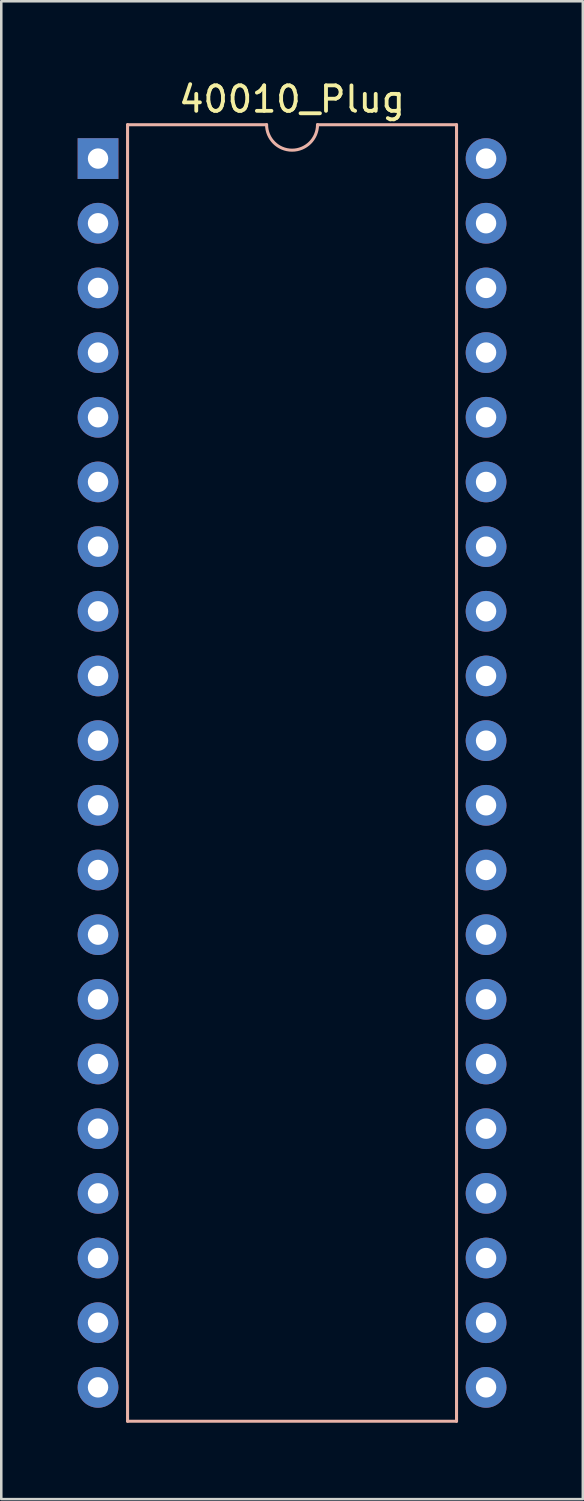
<source format=kicad_pcb>
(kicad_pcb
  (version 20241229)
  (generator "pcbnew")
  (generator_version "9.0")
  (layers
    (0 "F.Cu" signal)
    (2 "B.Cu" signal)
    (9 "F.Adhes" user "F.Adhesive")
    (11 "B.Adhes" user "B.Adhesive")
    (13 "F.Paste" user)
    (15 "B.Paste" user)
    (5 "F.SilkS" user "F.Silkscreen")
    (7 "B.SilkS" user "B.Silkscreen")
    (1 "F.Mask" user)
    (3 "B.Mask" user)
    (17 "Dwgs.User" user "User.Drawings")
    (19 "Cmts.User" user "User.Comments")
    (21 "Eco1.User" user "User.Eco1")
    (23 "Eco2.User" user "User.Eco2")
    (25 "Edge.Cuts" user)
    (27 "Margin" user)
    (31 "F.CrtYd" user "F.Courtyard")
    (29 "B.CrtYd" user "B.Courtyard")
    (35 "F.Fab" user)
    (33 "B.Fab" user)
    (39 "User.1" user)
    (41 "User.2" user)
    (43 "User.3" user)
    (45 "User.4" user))
  (footprint "40010_Plug"
    (layer "F.Cu")
    (at 0.8 3.178)
    (property "Reference" "40010_Plug" (at 7.62 -2.33 0) (layer "F.SilkS") (effects (font (size 1 1) (thickness 0.15))))
    (attr through_hole)
    (fp_line (start 1.16 -1.33) (end 1.16 49.59) (stroke (width 0.12) (type solid)) (layer "B.SilkS"))
    (fp_line (start 1.16 49.59) (end 14.08 49.59) (stroke (width 0.12) (type solid)) (layer "B.SilkS"))
    (fp_line (start 6.62 -1.33) (end 1.16 -1.33) (stroke (width 0.12) (type solid)) (layer "B.SilkS"))
    (fp_line (start 14.08 -1.33) (end 8.62 -1.33) (stroke (width 0.12) (type solid)) (layer "B.SilkS"))
    (fp_line (start 14.08 49.59) (end 14.08 -1.33) (stroke (width 0.12) (type solid)) (layer "B.SilkS"))
    (fp_arc (start 8.62 -1.33) (mid 7.62 -0.33) (end 6.62 -1.33) (stroke (width 0.12) (type solid)) (layer "B.SilkS"))
    (pad "1" thru_hole rect (at 0 0) (size 1.6 1.6) (drill 0.8) (layers "*.Cu" "*.Mask"))
    (pad "2" thru_hole oval (at 0 2.54) (size 1.6 1.6) (drill 0.8) (layers "*.Cu" "*.Mask"))
    (pad "3" thru_hole oval (at 0 5.08) (size 1.6 1.6) (drill 0.8) (layers "*.Cu" "*.Mask"))
    (pad "4" thru_hole oval (at 0 7.62) (size 1.6 1.6) (drill 0.8) (layers "*.Cu" "*.Mask"))
    (pad "5" thru_hole oval (at 0 10.16) (size 1.6 1.6) (drill 0.8) (layers "*.Cu" "*.Mask"))
    (pad "6" thru_hole oval (at 0 12.7) (size 1.6 1.6) (drill 0.8) (layers "*.Cu" "*.Mask"))
    (pad "7" thru_hole oval (at 0 15.24) (size 1.6 1.6) (drill 0.8) (layers "*.Cu" "*.Mask"))
    (pad "8" thru_hole oval (at 0 17.78) (size 1.6 1.6) (drill 0.8) (layers "*.Cu" "*.Mask"))
    (pad "9" thru_hole oval (at 0 20.32) (size 1.6 1.6) (drill 0.8) (layers "*.Cu" "*.Mask"))
    (pad "10" thru_hole oval (at 0 22.86) (size 1.6 1.6) (drill 0.8) (layers "*.Cu" "*.Mask"))
    (pad "11" thru_hole oval (at 0 25.4) (size 1.6 1.6) (drill 0.8) (layers "*.Cu" "*.Mask"))
    (pad "12" thru_hole oval (at 0 27.94) (size 1.6 1.6) (drill 0.8) (layers "*.Cu" "*.Mask"))
    (pad "13" thru_hole oval (at 0 30.48) (size 1.6 1.6) (drill 0.8) (layers "*.Cu" "*.Mask"))
    (pad "14" thru_hole oval (at 0 33.02) (size 1.6 1.6) (drill 0.8) (layers "*.Cu" "*.Mask"))
    (pad "15" thru_hole oval (at 0 35.56) (size 1.6 1.6) (drill 0.8) (layers "*.Cu" "*.Mask"))
    (pad "16" thru_hole oval (at 0 38.1) (size 1.6 1.6) (drill 0.8) (layers "*.Cu" "*.Mask"))
    (pad "17" thru_hole oval (at 0 40.64) (size 1.6 1.6) (drill 0.8) (layers "*.Cu" "*.Mask"))
    (pad "18" thru_hole oval (at 0 43.18) (size 1.6 1.6) (drill 0.8) (layers "*.Cu" "*.Mask"))
    (pad "19" thru_hole oval (at 0 45.72) (size 1.6 1.6) (drill 0.8) (layers "*.Cu" "*.Mask"))
    (pad "20" thru_hole oval (at 0 48.26) (size 1.6 1.6) (drill 0.8) (layers "*.Cu" "*.Mask"))
    (pad "21" thru_hole oval (at 15.24 48.26) (size 1.6 1.6) (drill 0.8) (layers "*.Cu" "*.Mask"))
    (pad "22" thru_hole oval (at 15.24 45.72) (size 1.6 1.6) (drill 0.8) (layers "*.Cu" "*.Mask"))
    (pad "23" thru_hole oval (at 15.24 43.18) (size 1.6 1.6) (drill 0.8) (layers "*.Cu" "*.Mask"))
    (pad "24" thru_hole oval (at 15.24 40.64) (size 1.6 1.6) (drill 0.8) (layers "*.Cu" "*.Mask"))
    (pad "25" thru_hole oval (at 15.24 38.1) (size 1.6 1.6) (drill 0.8) (layers "*.Cu" "*.Mask"))
    (pad "26" thru_hole oval (at 15.24 35.56) (size 1.6 1.6) (drill 0.8) (layers "*.Cu" "*.Mask"))
    (pad "27" thru_hole oval (at 15.24 33.02) (size 1.6 1.6) (drill 0.8) (layers "*.Cu" "*.Mask"))
    (pad "28" thru_hole oval (at 15.24 30.48) (size 1.6 1.6) (drill 0.8) (layers "*.Cu" "*.Mask"))
    (pad "29" thru_hole oval (at 15.24 27.94) (size 1.6 1.6) (drill 0.8) (layers "*.Cu" "*.Mask"))
    (pad "30" thru_hole oval (at 15.24 25.4) (size 1.6 1.6) (drill 0.8) (layers "*.Cu" "*.Mask"))
    (pad "31" thru_hole oval (at 15.24 22.86) (size 1.6 1.6) (drill 0.8) (layers "*.Cu" "*.Mask"))
    (pad "32" thru_hole oval (at 15.24 20.32) (size 1.6 1.6) (drill 0.8) (layers "*.Cu" "*.Mask"))
    (pad "33" thru_hole oval (at 15.24 17.78) (size 1.6 1.6) (drill 0.8) (layers "*.Cu" "*.Mask"))
    (pad "34" thru_hole oval (at 15.24 15.24) (size 1.6 1.6) (drill 0.8) (layers "*.Cu" "*.Mask"))
    (pad "35" thru_hole oval (at 15.24 12.7) (size 1.6 1.6) (drill 0.8) (layers "*.Cu" "*.Mask"))
    (pad "36" thru_hole oval (at 15.24 10.16) (size 1.6 1.6) (drill 0.8) (layers "*.Cu" "*.Mask"))
    (pad "37" thru_hole oval (at 15.24 7.62) (size 1.6 1.6) (drill 0.8) (layers "*.Cu" "*.Mask"))
    (pad "38" thru_hole oval (at 15.24 5.08) (size 1.6 1.6) (drill 0.8) (layers "*.Cu" "*.Mask"))
    (pad "39" thru_hole oval (at 15.24 2.54) (size 1.6 1.6) (drill 0.8) (layers "*.Cu" "*.Mask"))
    (pad "40" thru_hole oval (at 15.24 0) (size 1.6 1.6) (drill 0.8) (layers "*.Cu" "*.Mask")))
  (gr_rect
    (start -3 -3)
    (end 19.84 55.828)
    (stroke (width 0.1) (type default))
    (fill no)
    (layer "Edge.Cuts")))
</source>
